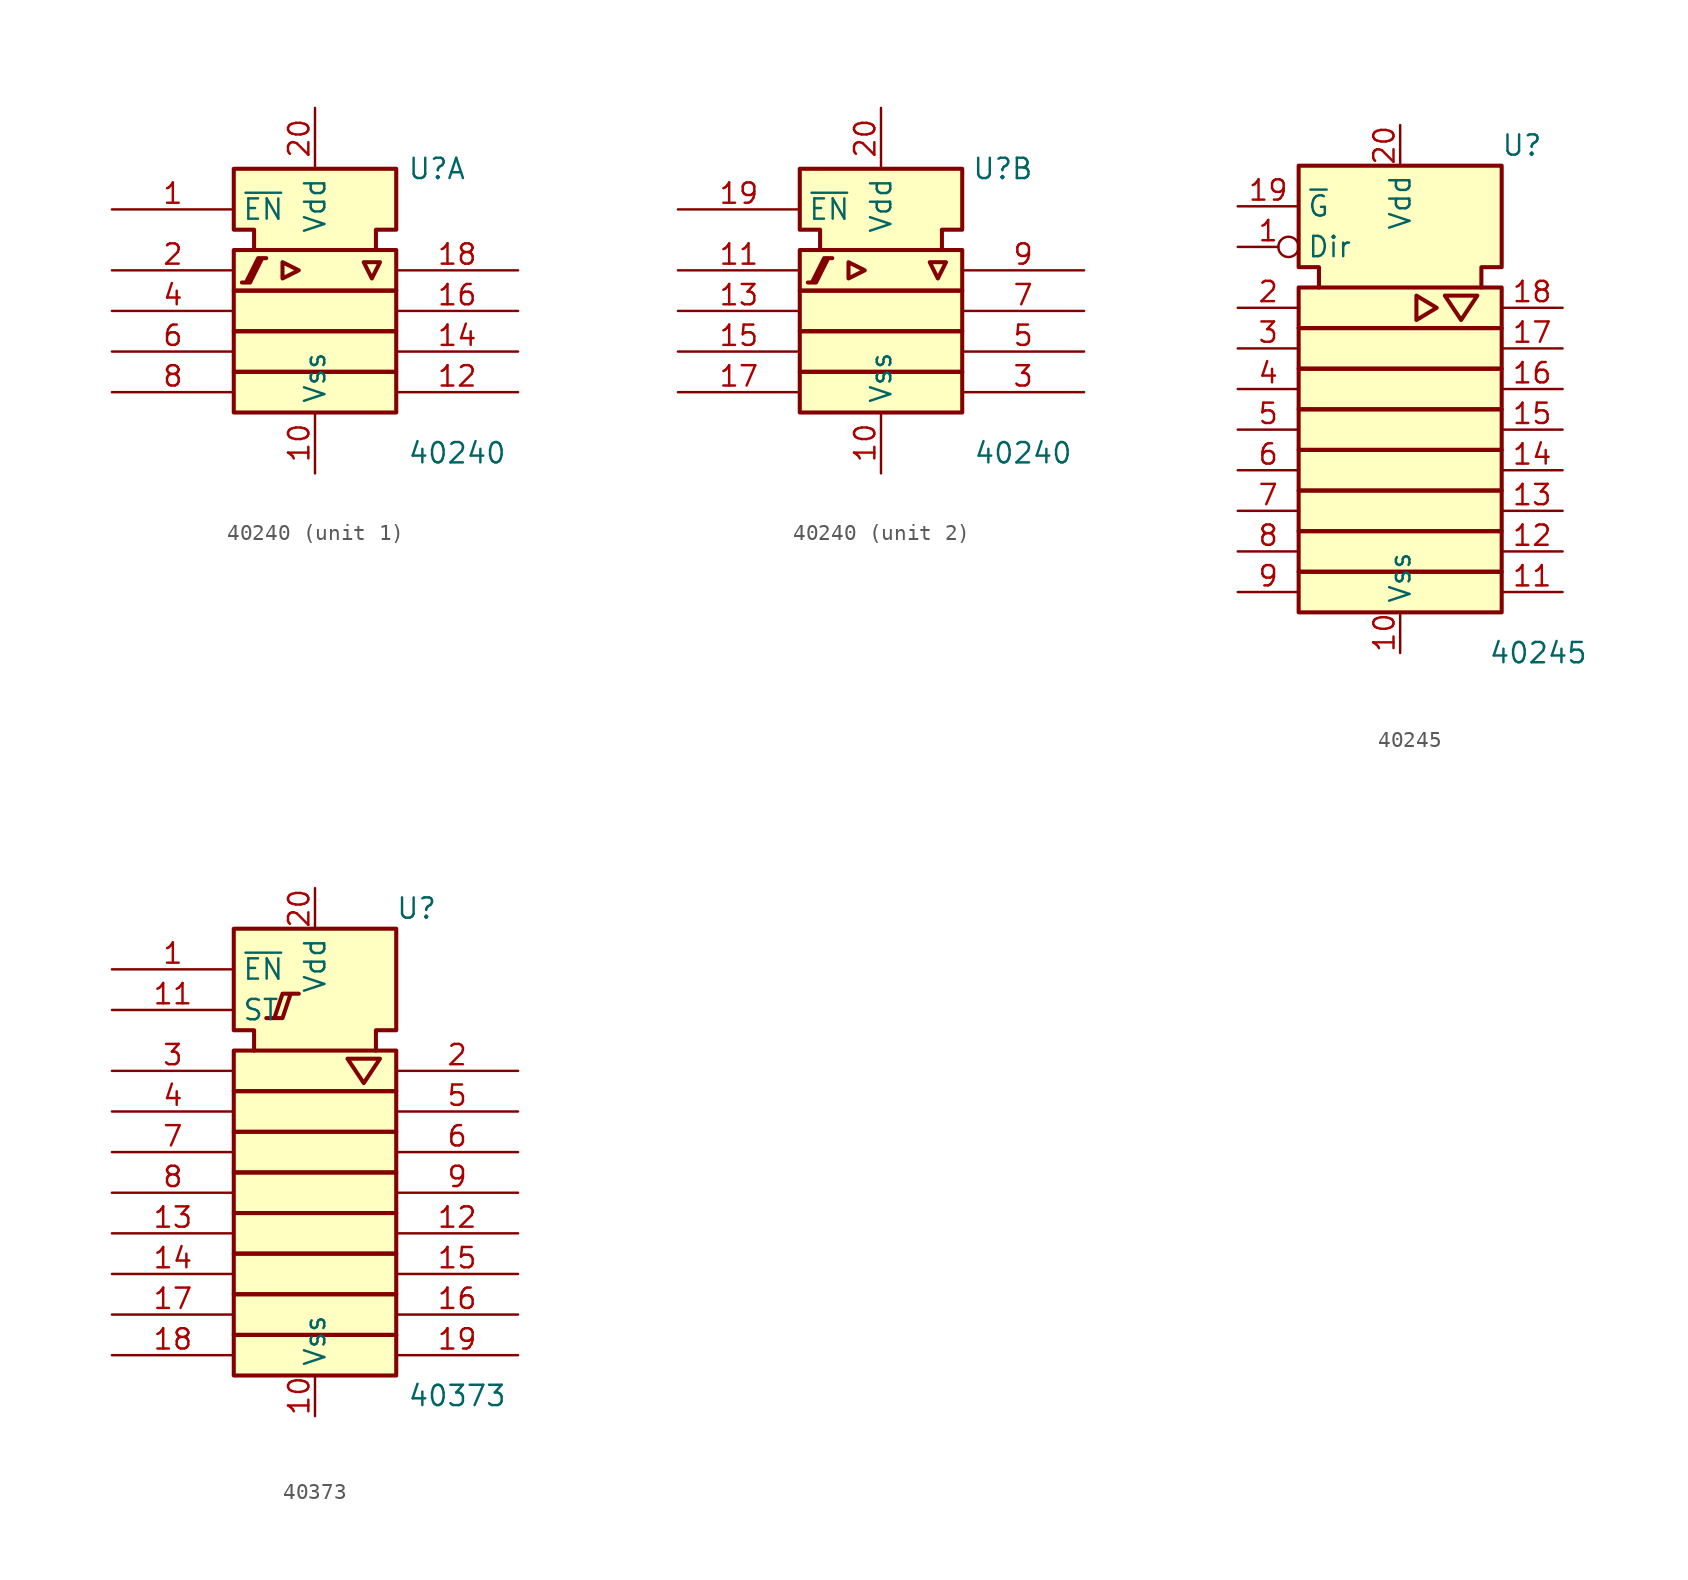
<source format=kicad_sym>
(kicad_symbol_lib
  (version 20231120)
  (generator "kicad_symbol_editor")
  (generator_version "8.0")
  (symbol "40240"
    (property "Reference" "U"
      (at 7.62 8.89 0)
      (effects (font (size 1.27 1.27))))
    (property "Value" "40240"
      (at 8.89 -8.89 0)
      (effects (font (size 1.27 1.27))))
    (symbol "40240_0_0"
      (polyline (pts (xy -2.032 3.048) (xy -2.032 2.032) (xy -1.016 2.54) (xy -2.032 3.048) (xy -2.032 3.048)) (stroke (width 0.254) (type default)) (fill (type background)))
      (polyline (pts (xy 3.048 3.048) (xy 4.064 3.048) (xy 3.556 2.032) (xy 3.048 3.048) (xy 3.048 3.048)) (stroke (width 0.254) (type default)) (fill (type background)))
      (polyline (pts (xy -4.572 1.778) (xy -4.064 1.778) (xy -3.302 3.302) (xy -3.048 3.302) (xy -3.556 3.302) (xy -4.318 1.778) (xy -4.318 1.778)) (stroke (width 0.254) (type default)) (fill (type background))))
    (symbol "40240_0_1"
      (rectangle (start -5.08 -3.81) (end 5.08 -6.35) (stroke (width 0.254) (type default)) (fill (type background)))
      (rectangle (start -5.08 -1.27) (end 5.08 -3.81) (stroke (width 0.254) (type default)) (fill (type background)))
      (rectangle (start -5.08 1.27) (end 5.08 -1.27) (stroke (width 0.254) (type default)) (fill (type background)))
      (rectangle (start -5.08 3.81) (end 5.08 1.27) (stroke (width 0.254) (type default)) (fill (type background)))
      (polyline (pts (xy -3.81 3.81) (xy -3.81 5.08) (xy -5.08 5.08) (xy -5.08 8.89) (xy 5.08 8.89) (xy 5.08 5.08) (xy 3.81 5.08) (xy 3.81 3.81) (xy 3.81 3.81)) (stroke (width 0.254) (type default)) (fill (type background)))
      (pin power_in line (at 0 -10.16 90) (length 3.81) (name "Vss" (effects (font (size 1.27 1.27)))) (number "10" (effects (font (size 1.27 1.27)))))
      (pin power_in line (at 0 12.7 270) (length 3.81) (name "Vdd" (effects (font (size 1.27 1.27)))) (number "20" (effects (font (size 1.27 1.27))))))
    (symbol "40240_1_0"
      (pin output line (at 12.7 -5.08 180) (length 7.62) (name "~" (effects (font (size 1.27 1.27)))) (number "12" (effects (font (size 1.27 1.27)))))
      (pin output line (at 12.7 -2.54 180) (length 7.62) (name "~" (effects (font (size 1.27 1.27)))) (number "14" (effects (font (size 1.27 1.27)))))
      (pin output line (at 12.7 0 180) (length 7.62) (name "~" (effects (font (size 1.27 1.27)))) (number "16" (effects (font (size 1.27 1.27)))))
      (pin output line (at 12.7 2.54 180) (length 7.62) (name "~" (effects (font (size 1.27 1.27)))) (number "18" (effects (font (size 1.27 1.27)))))
      (pin input line (at -12.7 0 0) (length 7.62) (name "~" (effects (font (size 1.27 1.27)))) (number "4" (effects (font (size 1.27 1.27))))))
    (symbol "40240_1_1"
      (pin input line (at -12.7 6.35 0) (length 7.62) (name "~{EN}" (effects (font (size 1.27 1.27)))) (number "1" (effects (font (size 1.27 1.27)))))
      (pin input line (at -12.7 2.54 0) (length 7.62) (name "~" (effects (font (size 1.27 1.27)))) (number "2" (effects (font (size 1.27 1.27)))))
      (pin input line (at -12.7 -2.54 0) (length 7.62) (name "~" (effects (font (size 1.27 1.27)))) (number "6" (effects (font (size 1.27 1.27)))))
      (pin input line (at -12.7 -5.08 0) (length 7.62) (name "~" (effects (font (size 1.27 1.27)))) (number "8" (effects (font (size 1.27 1.27))))))
    (symbol "40240_2_0"
      (pin input line (at -12.7 2.54 0) (length 7.62) (name "~" (effects (font (size 1.27 1.27)))) (number "11" (effects (font (size 1.27 1.27)))))
      (pin input line (at -12.7 -2.54 0) (length 7.62) (name "~" (effects (font (size 1.27 1.27)))) (number "15" (effects (font (size 1.27 1.27)))))
      (pin input line (at -12.7 -5.08 0) (length 7.62) (name "~" (effects (font (size 1.27 1.27)))) (number "17" (effects (font (size 1.27 1.27)))))
      (pin input line (at -12.7 6.35 0) (length 7.62) (name "~{EN}" (effects (font (size 1.27 1.27)))) (number "19" (effects (font (size 1.27 1.27))))))
    (symbol "40240_2_1"
      (pin input line (at -12.7 0 0) (length 7.62) (name "~" (effects (font (size 1.27 1.27)))) (number "13" (effects (font (size 1.27 1.27)))))
      (pin output line (at 12.7 -5.08 180) (length 7.62) (name "~" (effects (font (size 1.27 1.27)))) (number "3" (effects (font (size 1.27 1.27)))))
      (pin output line (at 12.7 -2.54 180) (length 7.62) (name "~" (effects (font (size 1.27 1.27)))) (number "5" (effects (font (size 1.27 1.27)))))
      (pin output line (at 12.7 0 180) (length 7.62) (name "~" (effects (font (size 1.27 1.27)))) (number "7" (effects (font (size 1.27 1.27)))))
      (pin output line (at 12.7 2.54 180) (length 7.62) (name "~" (effects (font (size 1.27 1.27)))) (number "9" (effects (font (size 1.27 1.27)))))))
  (symbol "40245"
    (property "Reference" "U"
      (at 7.62 16.51 0)
      (effects (font (size 1.27 1.27))))
    (property "Value" "40245"
      (at 8.636 -15.24 0)
      (effects (font (size 1.27 1.27))))
    (symbol "40245_0_0"
      (polyline (pts (xy 1.016 7.112) (xy 1.016 5.588) (xy 2.286 6.35) (xy 1.016 7.112) (xy 1.016 7.112)) (stroke (width 0.254) (type default)) (fill (type background)))
      (polyline (pts (xy 3.302 7.112) (xy 4.826 7.112) (xy 3.81 5.588) (xy 2.794 7.112) (xy 3.302 7.112) (xy 3.302 7.112)) (stroke (width 0.254) (type default)) (fill (type background))))
    (symbol "40245_0_1"
      (rectangle (start -6.35 -10.16) (end 6.35 -12.7) (stroke (width 0.254) (type default)) (fill (type background)))
      (rectangle (start -6.35 -7.62) (end 6.35 -10.16) (stroke (width 0.254) (type default)) (fill (type background)))
      (rectangle (start -6.35 -5.08) (end 6.35 -7.62) (stroke (width 0.254) (type default)) (fill (type background)))
      (rectangle (start -6.35 -2.54) (end 6.35 -5.08) (stroke (width 0.254) (type default)) (fill (type background)))
      (rectangle (start -6.35 0) (end 6.35 -2.54) (stroke (width 0.254) (type default)) (fill (type background)))
      (rectangle (start -6.35 2.54) (end 6.35 0) (stroke (width 0.254) (type default)) (fill (type background)))
      (rectangle (start -6.35 5.08) (end 6.35 2.54) (stroke (width 0.254) (type default)) (fill (type background)))
      (rectangle (start -6.35 7.62) (end 6.35 5.08) (stroke (width 0.254) (type default)) (fill (type background)))
      (polyline (pts (xy -5.08 7.62) (xy -5.08 8.89) (xy -6.35 8.89) (xy -6.35 15.24) (xy 6.35 15.24) (xy 6.35 8.89) (xy 5.08 8.89) (xy 5.08 7.62) (xy 5.08 7.62)) (stroke (width 0.254) (type default)) (fill (type background))))
    (symbol "40245_1_0"
      (pin output inverted (at -10.16 10.16 0) (length 3.81) (name "Dir" (effects (font (size 1.27 1.27)))) (number "1" (effects (font (size 1.27 1.27)))))
      (pin power_in line (at 0 -15.24 90) (length 2.54) (name "Vss" (effects (font (size 1.27 1.27)))) (number "10" (effects (font (size 1.27 1.27)))))
      (pin bidirectional line (at 10.16 -11.43 180) (length 3.81) (name "~" (effects (font (size 1.27 1.27)))) (number "11" (effects (font (size 1.27 1.27)))))
      (pin bidirectional line (at 10.16 -8.89 180) (length 3.81) (name "~" (effects (font (size 1.27 1.27)))) (number "12" (effects (font (size 1.27 1.27)))))
      (pin bidirectional line (at 10.16 -6.35 180) (length 3.81) (name "~" (effects (font (size 1.27 1.27)))) (number "13" (effects (font (size 1.27 1.27)))))
      (pin bidirectional line (at 10.16 -3.81 180) (length 3.81) (name "~" (effects (font (size 1.27 1.27)))) (number "14" (effects (font (size 1.27 1.27)))))
      (pin bidirectional line (at 10.16 -1.27 180) (length 3.81) (name "~" (effects (font (size 1.27 1.27)))) (number "15" (effects (font (size 1.27 1.27)))))
      (pin bidirectional line (at 10.16 1.27 180) (length 3.81) (name "~" (effects (font (size 1.27 1.27)))) (number "16" (effects (font (size 1.27 1.27)))))
      (pin bidirectional line (at 10.16 3.81 180) (length 3.81) (name "~" (effects (font (size 1.27 1.27)))) (number "17" (effects (font (size 1.27 1.27)))))
      (pin bidirectional line (at 10.16 6.35 180) (length 3.81) (name "~" (effects (font (size 1.27 1.27)))) (number "18" (effects (font (size 1.27 1.27)))))
      (pin output line (at -10.16 12.7 0) (length 3.81) (name "~{G}" (effects (font (size 1.27 1.27)))) (number "19" (effects (font (size 1.27 1.27)))))
      (pin output line (at -10.16 6.35 0) (length 3.81) (name "~" (effects (font (size 1.27 1.27)))) (number "2" (effects (font (size 1.27 1.27)))))
      (pin power_in line (at 0 17.78 270) (length 2.54) (name "Vdd" (effects (font (size 1.27 1.27)))) (number "20" (effects (font (size 1.27 1.27)))))
      (pin output line (at -10.16 3.81 0) (length 3.81) (name "~" (effects (font (size 1.27 1.27)))) (number "3" (effects (font (size 1.27 1.27)))))
      (pin output line (at -10.16 1.27 0) (length 3.81) (name "~" (effects (font (size 1.27 1.27)))) (number "4" (effects (font (size 1.27 1.27)))))
      (pin output line (at -10.16 -1.27 0) (length 3.81) (name "~" (effects (font (size 1.27 1.27)))) (number "5" (effects (font (size 1.27 1.27)))))
      (pin output line (at -10.16 -3.81 0) (length 3.81) (name "~" (effects (font (size 1.27 1.27)))) (number "6" (effects (font (size 1.27 1.27)))))
      (pin output line (at -10.16 -6.35 0) (length 3.81) (name "~" (effects (font (size 1.27 1.27)))) (number "7" (effects (font (size 1.27 1.27)))))
      (pin output line (at -10.16 -8.89 0) (length 3.81) (name "~" (effects (font (size 1.27 1.27)))) (number "8" (effects (font (size 1.27 1.27)))))
      (pin output line (at -10.16 -11.43 0) (length 3.81) (name "~" (effects (font (size 1.27 1.27)))) (number "9" (effects (font (size 1.27 1.27)))))))
  (symbol "40373"
    (property "Reference" "U"
      (at 6.35 13.97 0)
      (effects (font (size 1.27 1.27))))
    (property "Value" "40373"
      (at 8.89 -16.51 0)
      (effects (font (size 1.27 1.27))))
    (symbol "40373_0_0"
      (pin input line (at -12.7 10.16 0) (length 7.62) (name "~{EN}" (effects (font (size 1.27 1.27)))) (number "1" (effects (font (size 1.27 1.27)))))
      (pin power_in line (at 0 -17.78 90) (length 2.54) (name "Vss" (effects (font (size 1.27 1.27)))) (number "10" (effects (font (size 1.27 1.27)))))
      (pin input line (at -12.7 7.62 0) (length 7.62) (name "ST" (effects (font (size 1.27 1.27)))) (number "11" (effects (font (size 1.27 1.27)))))
      (pin power_in line (at 0 15.24 270) (length 2.54) (name "Vdd" (effects (font (size 1.27 1.27)))) (number "20" (effects (font (size 1.27 1.27))))))
    (symbol "40373_0_1"
      (rectangle (start -5.08 -12.7) (end 5.08 -15.24) (stroke (width 0.254) (type default)) (fill (type background)))
      (rectangle (start -5.08 -10.16) (end 5.08 -12.7) (stroke (width 0.254) (type default)) (fill (type background)))
      (rectangle (start -5.08 -7.62) (end 5.08 -10.16) (stroke (width 0.254) (type default)) (fill (type background)))
      (rectangle (start -5.08 -5.08) (end 5.08 -7.62) (stroke (width 0.254) (type default)) (fill (type background)))
      (rectangle (start -5.08 -2.54) (end 5.08 -5.08) (stroke (width 0.254) (type default)) (fill (type background)))
      (rectangle (start -5.08 0) (end 5.08 -2.54) (stroke (width 0.254) (type default)) (fill (type background)))
      (rectangle (start -5.08 2.54) (end 5.08 0) (stroke (width 0.254) (type default)) (fill (type background)))
      (rectangle (start -5.08 5.08) (end 5.08 2.54) (stroke (width 0.254) (type default)) (fill (type background)))
      (polyline (pts (xy 2.032 4.572) (xy 4.064 4.572) (xy 3.048 3.048) (xy 2.032 4.572) (xy 2.032 4.572)) (stroke (width 0.254) (type default)) (fill (type background)))
      (polyline (pts (xy -2.54 7.112) (xy -2.032 7.112) (xy -1.524 8.636) (xy -1.016 8.636) (xy -2.032 8.636) (xy -2.54 7.112) (xy -3.048 7.112) (xy -3.048 7.112)) (stroke (width 0.254) (type default)) (fill (type background)))
      (polyline (pts (xy -3.81 5.08) (xy -3.81 6.35) (xy -5.08 6.35) (xy -5.08 12.7) (xy 5.08 12.7) (xy 5.08 6.35) (xy 3.81 6.35) (xy 3.81 5.08) (xy 3.81 5.08)) (stroke (width 0.254) (type default)) (fill (type background))))
    (symbol "40373_1_0"
      (pin output line (at 12.7 -6.35 180) (length 7.62) (name "~" (effects (font (size 1.27 1.27)))) (number "12" (effects (font (size 1.27 1.27)))))
      (pin input line (at -12.7 -6.35 0) (length 7.62) (name "~" (effects (font (size 1.27 1.27)))) (number "13" (effects (font (size 1.27 1.27)))))
      (pin input line (at -12.7 -8.89 0) (length 7.62) (name "~" (effects (font (size 1.27 1.27)))) (number "14" (effects (font (size 1.27 1.27)))))
      (pin output line (at 12.7 -8.89 180) (length 7.62) (name "~" (effects (font (size 1.27 1.27)))) (number "15" (effects (font (size 1.27 1.27)))))
      (pin output line (at 12.7 -11.43 180) (length 7.62) (name "~" (effects (font (size 1.27 1.27)))) (number "16" (effects (font (size 1.27 1.27)))))
      (pin input line (at -12.7 -11.43 0) (length 7.62) (name "~" (effects (font (size 1.27 1.27)))) (number "17" (effects (font (size 1.27 1.27)))))
      (pin input line (at -12.7 -13.97 0) (length 7.62) (name "~" (effects (font (size 1.27 1.27)))) (number "18" (effects (font (size 1.27 1.27)))))
      (pin output line (at 12.7 -13.97 180) (length 7.62) (name "~" (effects (font (size 1.27 1.27)))) (number "19" (effects (font (size 1.27 1.27)))))
      (pin output line (at 12.7 3.81 180) (length 7.62) (name "~" (effects (font (size 1.27 1.27)))) (number "2" (effects (font (size 1.27 1.27)))))
      (pin input line (at -12.7 3.81 0) (length 7.62) (name "~" (effects (font (size 1.27 1.27)))) (number "3" (effects (font (size 1.27 1.27)))))
      (pin input line (at -12.7 1.27 0) (length 7.62) (name "~" (effects (font (size 1.27 1.27)))) (number "4" (effects (font (size 1.27 1.27)))))
      (pin output line (at 12.7 1.27 180) (length 7.62) (name "~" (effects (font (size 1.27 1.27)))) (number "5" (effects (font (size 1.27 1.27)))))
      (pin output line (at 12.7 -1.27 180) (length 7.62) (name "~" (effects (font (size 1.27 1.27)))) (number "6" (effects (font (size 1.27 1.27)))))
      (pin input line (at -12.7 -1.27 0) (length 7.62) (name "~" (effects (font (size 1.27 1.27)))) (number "7" (effects (font (size 1.27 1.27)))))
      (pin input line (at -12.7 -3.81 0) (length 7.62) (name "~" (effects (font (size 1.27 1.27)))) (number "8" (effects (font (size 1.27 1.27)))))
      (pin output line (at 12.7 -3.81 180) (length 7.62) (name "~" (effects (font (size 1.27 1.27)))) (number "9" (effects (font (size 1.27 1.27))))))))
</source>
